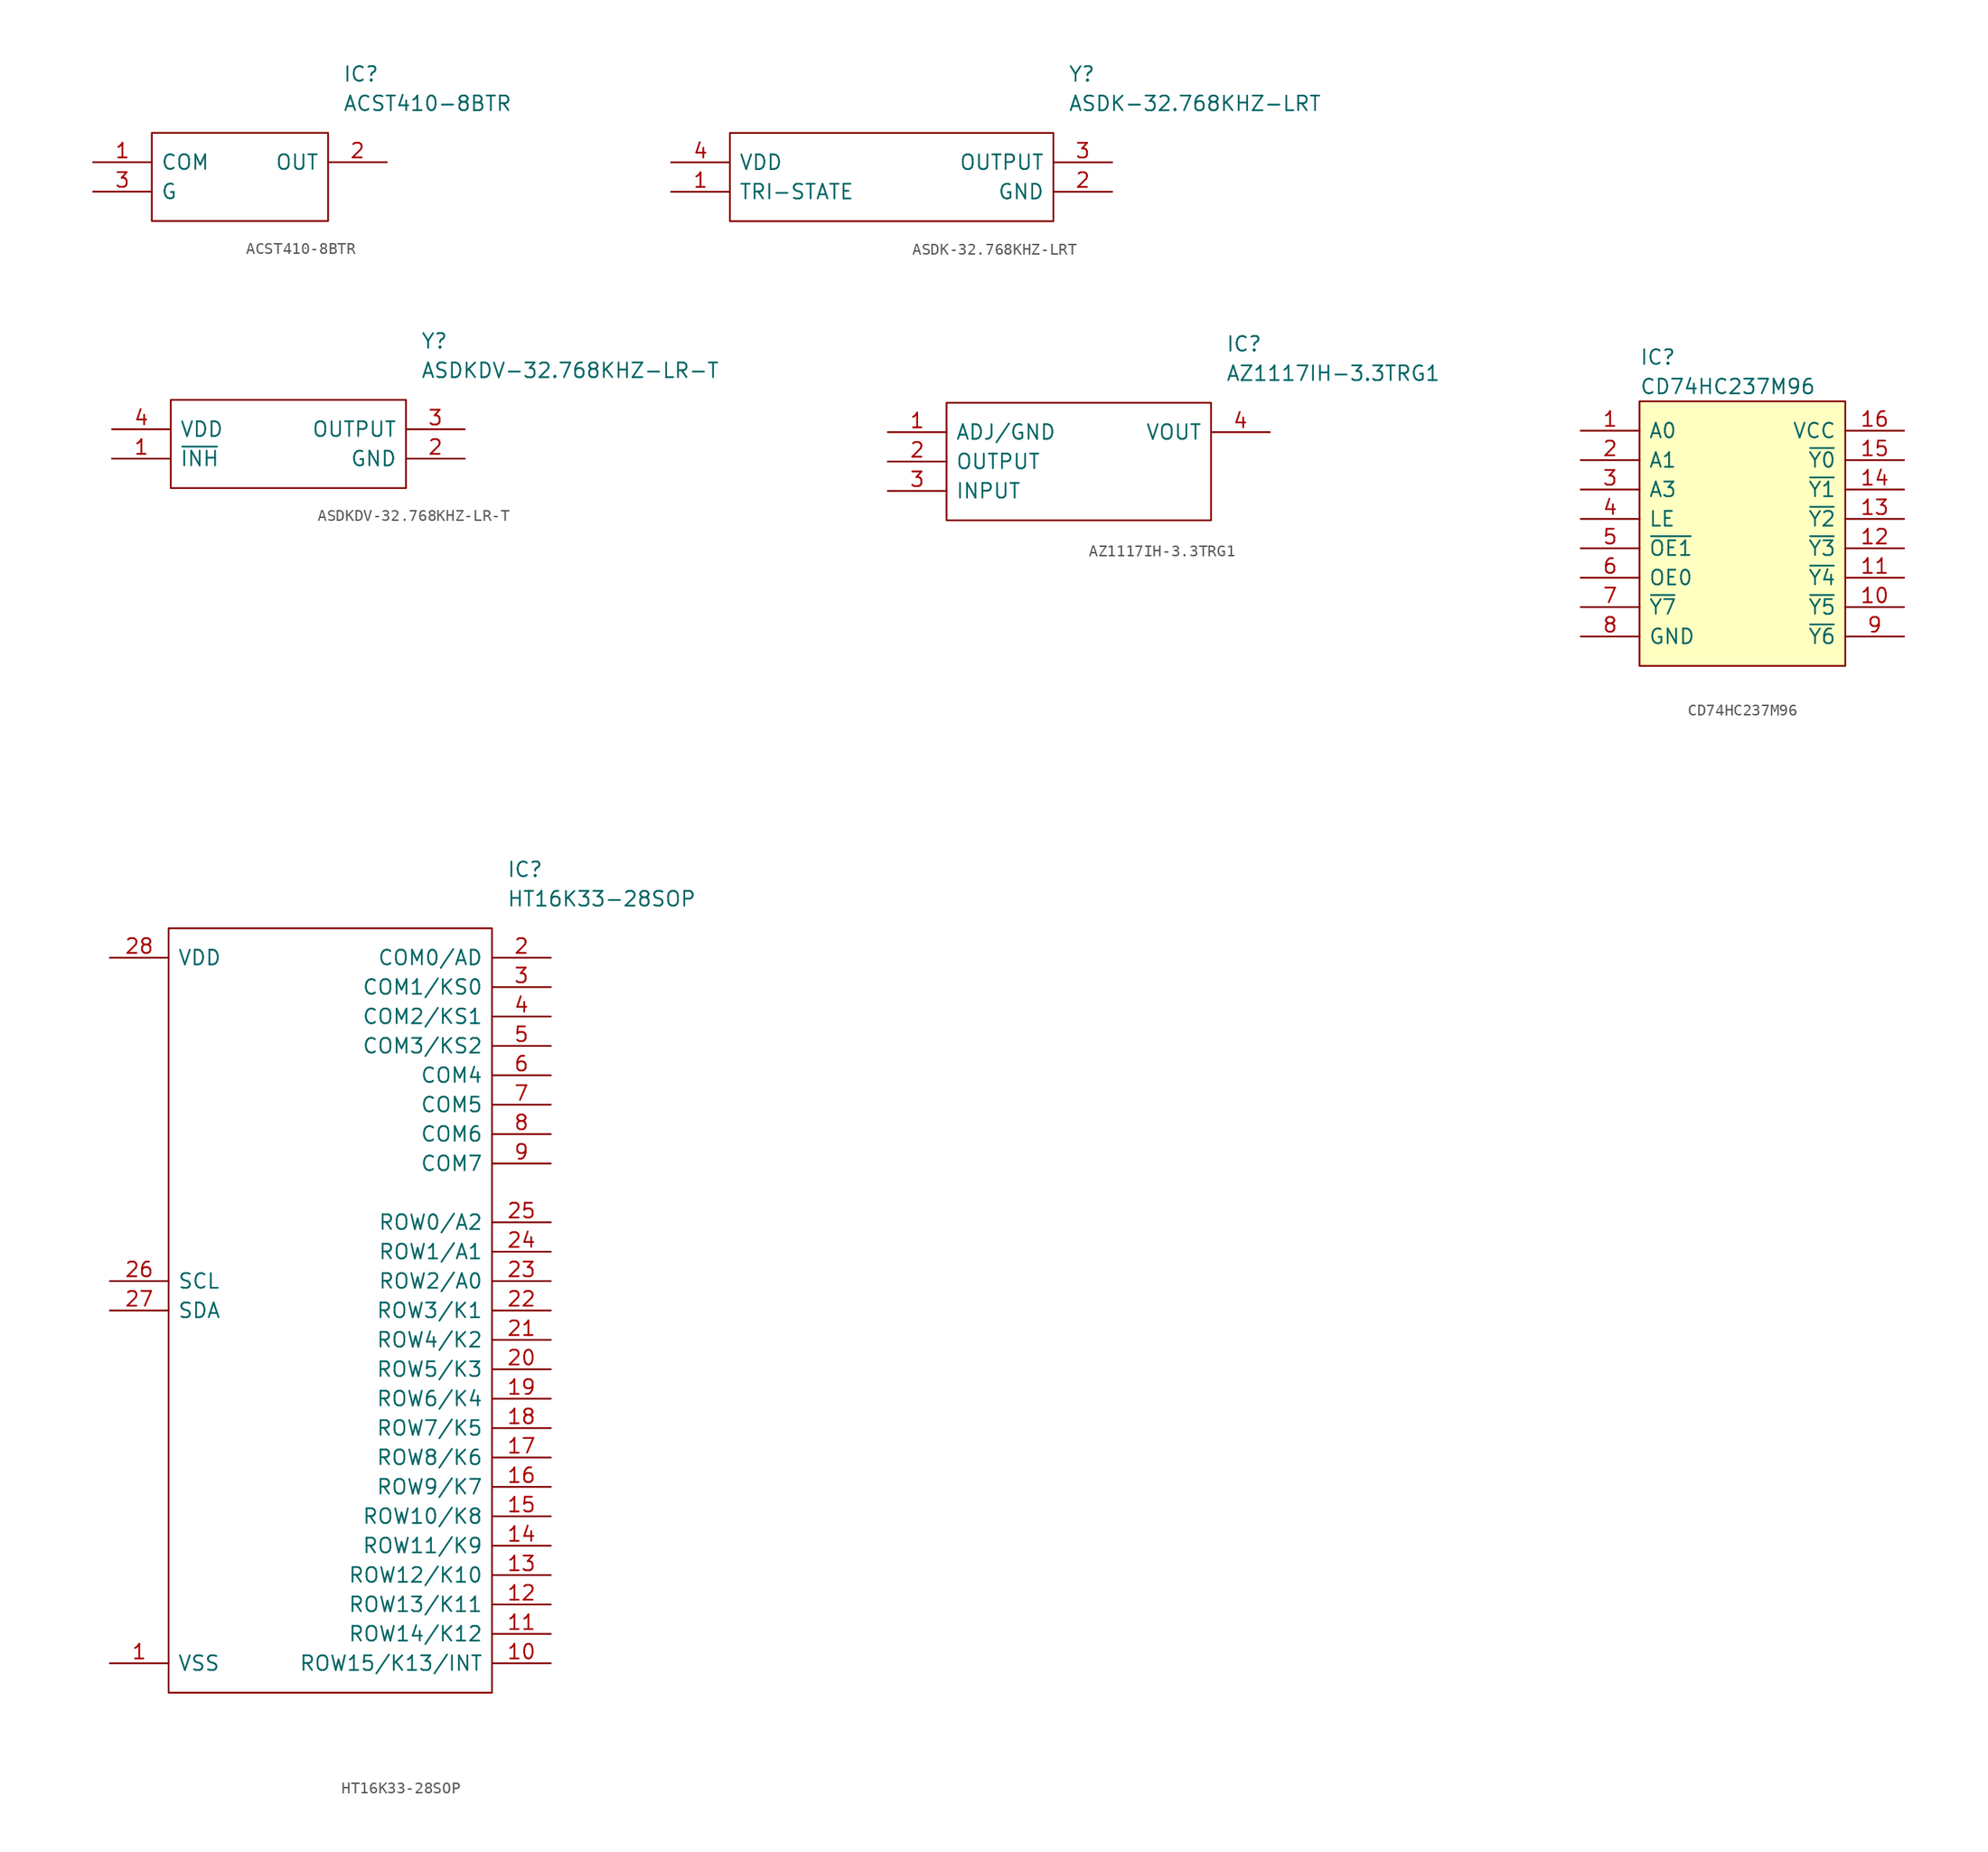
<source format=kicad_sym>
(kicad_symbol_lib
  (version 20211014)
  (generator kicad_symbol_editor)
  (symbol "SamacSys_Parts:ACST410-8BTR"
    (pin_names
      (offset 0.762))
    (property "Reference" "IC"
      (at 21.59 7.62 0)
      (effects (font (size 1.27 1.27)) (justify left)))
    (property "Value" "ACST410-8BTR"
      (at 21.59 5.08 0)
      (effects (font (size 1.27 1.27)) (justify left)))
    (symbol "ACST410-8BTR_0_0"
      (pin passive line (at 0 0 0) (length 5.08) (name "COM" (effects (font (size 1.27 1.27)))) (number "1" (effects (font (size 1.27 1.27)))))
      (pin passive line (at 25.4 0 180) (length 5.08) (name "OUT" (effects (font (size 1.27 1.27)))) (number "2" (effects (font (size 1.27 1.27)))))
      (pin passive line (at 0 -2.54 0) (length 5.08) (name "G" (effects (font (size 1.27 1.27)))) (number "3" (effects (font (size 1.27 1.27))))))
    (symbol "ACST410-8BTR_0_1"
      (polyline (pts (xy 5.08 2.54) (xy 20.32 2.54) (xy 20.32 -5.08) (xy 5.08 -5.08) (xy 5.08 2.54)) (stroke (width 0.152) (type default) (color 0 0 0 0)) (fill (type none)))))
  (symbol "SamacSys_Parts:ASDK-32.768KHZ-LRT"
    (pin_names
      (offset 0.762))
    (property "Reference" "Y"
      (at 34.29 7.62 0)
      (effects (font (size 1.27 1.27)) (justify left)))
    (property "Value" "ASDK-32.768KHZ-LRT"
      (at 34.29 5.08 0)
      (effects (font (size 1.27 1.27)) (justify left)))
    (symbol "ASDK-32.768KHZ-LRT_0_0"
      (pin passive line (at 0 -2.54 0) (length 5.08) (name "TRI-STATE" (effects (font (size 1.27 1.27)))) (number "1" (effects (font (size 1.27 1.27)))))
      (pin passive line (at 38.1 -2.54 180) (length 5.08) (name "GND" (effects (font (size 1.27 1.27)))) (number "2" (effects (font (size 1.27 1.27)))))
      (pin passive line (at 38.1 0 180) (length 5.08) (name "OUTPUT" (effects (font (size 1.27 1.27)))) (number "3" (effects (font (size 1.27 1.27)))))
      (pin passive line (at 0 0 0) (length 5.08) (name "VDD" (effects (font (size 1.27 1.27)))) (number "4" (effects (font (size 1.27 1.27))))))
    (symbol "ASDK-32.768KHZ-LRT_0_1"
      (polyline (pts (xy 5.08 2.54) (xy 33.02 2.54) (xy 33.02 -5.08) (xy 5.08 -5.08) (xy 5.08 2.54)) (stroke (width 0.152) (type default) (color 0 0 0 0)) (fill (type none)))))
  (symbol "SamacSys_Parts:ASDKDV-32.768KHZ-LR-T"
    (pin_names
      (offset 0.762))
    (property "Reference" "Y"
      (at 26.67 7.62 0)
      (effects (font (size 1.27 1.27)) (justify left)))
    (property "Value" "ASDKDV-32.768KHZ-LR-T"
      (at 26.67 5.08 0)
      (effects (font (size 1.27 1.27)) (justify left)))
    (symbol "ASDKDV-32.768KHZ-LR-T_0_0"
      (pin passive line (at 0 -2.54 0) (length 5.08) (name "~{INH}" (effects (font (size 1.27 1.27)))) (number "1" (effects (font (size 1.27 1.27)))))
      (pin passive line (at 30.48 -2.54 180) (length 5.08) (name "GND" (effects (font (size 1.27 1.27)))) (number "2" (effects (font (size 1.27 1.27)))))
      (pin passive line (at 30.48 0 180) (length 5.08) (name "OUTPUT" (effects (font (size 1.27 1.27)))) (number "3" (effects (font (size 1.27 1.27)))))
      (pin passive line (at 0 0 0) (length 5.08) (name "VDD" (effects (font (size 1.27 1.27)))) (number "4" (effects (font (size 1.27 1.27))))))
    (symbol "ASDKDV-32.768KHZ-LR-T_0_1"
      (polyline (pts (xy 5.08 2.54) (xy 25.4 2.54) (xy 25.4 -5.08) (xy 5.08 -5.08) (xy 5.08 2.54)) (stroke (width 0.152) (type default) (color 0 0 0 0)) (fill (type none)))))
  (symbol "SamacSys_Parts:AZ1117IH-3.3TRG1"
    (pin_names
      (offset 0.762))
    (property "Reference" "IC"
      (at 29.21 7.62 0)
      (effects (font (size 1.27 1.27)) (justify left)))
    (property "Value" "AZ1117IH-3.3TRG1"
      (at 29.21 5.08 0)
      (effects (font (size 1.27 1.27)) (justify left)))
    (symbol "AZ1117IH-3.3TRG1_0_0"
      (pin passive line (at 0 0 0) (length 5.08) (name "ADJ/GND" (effects (font (size 1.27 1.27)))) (number "1" (effects (font (size 1.27 1.27)))))
      (pin passive line (at 0 -2.54 0) (length 5.08) (name "OUTPUT" (effects (font (size 1.27 1.27)))) (number "2" (effects (font (size 1.27 1.27)))))
      (pin passive line (at 0 -5.08 0) (length 5.08) (name "INPUT" (effects (font (size 1.27 1.27)))) (number "3" (effects (font (size 1.27 1.27)))))
      (pin passive line (at 33.02 0 180) (length 5.08) (name "VOUT" (effects (font (size 1.27 1.27)))) (number "4" (effects (font (size 1.27 1.27))))))
    (symbol "AZ1117IH-3.3TRG1_0_1"
      (polyline (pts (xy 5.08 2.54) (xy 27.94 2.54) (xy 27.94 -7.62) (xy 5.08 -7.62) (xy 5.08 2.54)) (stroke (width 0.152) (type default) (color 0 0 0 0)) (fill (type none)))))
  (symbol "SamacSys_Parts:CD74HC237M96"
    (pin_names
      (offset 0.762))
    (property "Reference" "IC"
      (at 5.08 6.35 0)
      (effects (font (size 1.27 1.27)) (justify left)))
    (property "Value" "CD74HC237M96"
      (at 5.08 3.81 0)
      (effects (font (size 1.27 1.27)) (justify left)))
    (symbol "CD74HC237M96_0_0"
      (pin passive line (at 0 0 0) (length 5.08) (name "A0" (effects (font (size 1.27 1.27)))) (number "1" (effects (font (size 1.27 1.27)))))
      (pin passive line (at 27.94 -15.24 180) (length 5.08) (name "~{Y5}" (effects (font (size 1.27 1.27)))) (number "10" (effects (font (size 1.27 1.27)))))
      (pin passive line (at 27.94 -12.7 180) (length 5.08) (name "~{Y4}" (effects (font (size 1.27 1.27)))) (number "11" (effects (font (size 1.27 1.27)))))
      (pin passive line (at 27.94 -10.16 180) (length 5.08) (name "~{Y3}" (effects (font (size 1.27 1.27)))) (number "12" (effects (font (size 1.27 1.27)))))
      (pin passive line (at 27.94 -7.62 180) (length 5.08) (name "~{Y2}" (effects (font (size 1.27 1.27)))) (number "13" (effects (font (size 1.27 1.27)))))
      (pin passive line (at 27.94 -5.08 180) (length 5.08) (name "~{Y1}" (effects (font (size 1.27 1.27)))) (number "14" (effects (font (size 1.27 1.27)))))
      (pin passive line (at 27.94 -2.54 180) (length 5.08) (name "~{Y0}" (effects (font (size 1.27 1.27)))) (number "15" (effects (font (size 1.27 1.27)))))
      (pin passive line (at 27.94 0 180) (length 5.08) (name "VCC" (effects (font (size 1.27 1.27)))) (number "16" (effects (font (size 1.27 1.27)))))
      (pin passive line (at 0 -2.54 0) (length 5.08) (name "A1" (effects (font (size 1.27 1.27)))) (number "2" (effects (font (size 1.27 1.27)))))
      (pin passive line (at 0 -5.08 0) (length 5.08) (name "A3" (effects (font (size 1.27 1.27)))) (number "3" (effects (font (size 1.27 1.27)))))
      (pin passive line (at 0 -7.62 0) (length 5.08) (name "LE" (effects (font (size 1.27 1.27)))) (number "4" (effects (font (size 1.27 1.27)))))
      (pin passive line (at 0 -10.16 0) (length 5.08) (name "~{OE1}" (effects (font (size 1.27 1.27)))) (number "5" (effects (font (size 1.27 1.27)))))
      (pin passive line (at 0 -12.7 0) (length 5.08) (name "OE0" (effects (font (size 1.27 1.27)))) (number "6" (effects (font (size 1.27 1.27)))))
      (pin passive line (at 0 -15.24 0) (length 5.08) (name "~{Y7}" (effects (font (size 1.27 1.27)))) (number "7" (effects (font (size 1.27 1.27)))))
      (pin passive line (at 0 -17.78 0) (length 5.08) (name "GND" (effects (font (size 1.27 1.27)))) (number "8" (effects (font (size 1.27 1.27)))))
      (pin passive line (at 27.94 -17.78 180) (length 5.08) (name "~{Y6}" (effects (font (size 1.27 1.27)))) (number "9" (effects (font (size 1.27 1.27))))))
    (symbol "CD74HC237M96_0_1"
      (rectangle (start 5.08 2.54) (end 22.86 -20.32) (stroke (width 0.152) (type default) (color 0 0 0 0)) (fill (type background)))))
  (symbol "SamacSys_Parts:HT16K33-28SOP"
    (pin_names
      (offset 0.762))
    (property "Reference" "IC"
      (at 34.29 7.62 0)
      (effects (font (size 1.27 1.27)) (justify left)))
    (property "Value" "HT16K33-28SOP"
      (at 34.29 5.08 0)
      (effects (font (size 1.27 1.27)) (justify left)))
    (symbol "HT16K33-28SOP_0_0"
      (pin passive line (at 0 -60.96 0) (length 5.08) (name "VSS" (effects (font (size 1.27 1.27)))) (number "1" (effects (font (size 1.27 1.27)))))
      (pin passive line (at 38.1 -60.96 180) (length 5.08) (name "ROW15/K13/INT" (effects (font (size 1.27 1.27)))) (number "10" (effects (font (size 1.27 1.27)))))
      (pin passive line (at 38.1 -58.42 180) (length 5.08) (name "ROW14/K12" (effects (font (size 1.27 1.27)))) (number "11" (effects (font (size 1.27 1.27)))))
      (pin passive line (at 38.1 -55.88 180) (length 5.08) (name "ROW13/K11" (effects (font (size 1.27 1.27)))) (number "12" (effects (font (size 1.27 1.27)))))
      (pin passive line (at 38.1 -53.34 180) (length 5.08) (name "ROW12/K10" (effects (font (size 1.27 1.27)))) (number "13" (effects (font (size 1.27 1.27)))))
      (pin passive line (at 38.1 -50.8 180) (length 5.08) (name "ROW11/K9" (effects (font (size 1.27 1.27)))) (number "14" (effects (font (size 1.27 1.27)))))
      (pin passive line (at 38.1 -48.26 180) (length 5.08) (name "ROW10/K8" (effects (font (size 1.27 1.27)))) (number "15" (effects (font (size 1.27 1.27)))))
      (pin passive line (at 38.1 -45.72 180) (length 5.08) (name "ROW9/K7" (effects (font (size 1.27 1.27)))) (number "16" (effects (font (size 1.27 1.27)))))
      (pin passive line (at 38.1 -43.18 180) (length 5.08) (name "ROW8/K6" (effects (font (size 1.27 1.27)))) (number "17" (effects (font (size 1.27 1.27)))))
      (pin passive line (at 38.1 -40.64 180) (length 5.08) (name "ROW7/K5" (effects (font (size 1.27 1.27)))) (number "18" (effects (font (size 1.27 1.27)))))
      (pin passive line (at 38.1 -38.1 180) (length 5.08) (name "ROW6/K4" (effects (font (size 1.27 1.27)))) (number "19" (effects (font (size 1.27 1.27)))))
      (pin passive line (at 38.1 0 180) (length 5.08) (name "COM0/AD" (effects (font (size 1.27 1.27)))) (number "2" (effects (font (size 1.27 1.27)))))
      (pin passive line (at 38.1 -35.56 180) (length 5.08) (name "ROW5/K3" (effects (font (size 1.27 1.27)))) (number "20" (effects (font (size 1.27 1.27)))))
      (pin passive line (at 38.1 -33.02 180) (length 5.08) (name "ROW4/K2" (effects (font (size 1.27 1.27)))) (number "21" (effects (font (size 1.27 1.27)))))
      (pin passive line (at 38.1 -30.48 180) (length 5.08) (name "ROW3/K1" (effects (font (size 1.27 1.27)))) (number "22" (effects (font (size 1.27 1.27)))))
      (pin passive line (at 38.1 -27.94 180) (length 5.08) (name "ROW2/A0" (effects (font (size 1.27 1.27)))) (number "23" (effects (font (size 1.27 1.27)))))
      (pin passive line (at 38.1 -25.4 180) (length 5.08) (name "ROW1/A1" (effects (font (size 1.27 1.27)))) (number "24" (effects (font (size 1.27 1.27)))))
      (pin passive line (at 38.1 -22.86 180) (length 5.08) (name "ROW0/A2" (effects (font (size 1.27 1.27)))) (number "25" (effects (font (size 1.27 1.27)))))
      (pin passive line (at 0 -27.94 0) (length 5.08) (name "SCL" (effects (font (size 1.27 1.27)))) (number "26" (effects (font (size 1.27 1.27)))))
      (pin passive line (at 0 -30.48 0) (length 5.08) (name "SDA" (effects (font (size 1.27 1.27)))) (number "27" (effects (font (size 1.27 1.27)))))
      (pin passive line (at 0 0 0) (length 5.08) (name "VDD" (effects (font (size 1.27 1.27)))) (number "28" (effects (font (size 1.27 1.27)))))
      (pin passive line (at 38.1 -2.54 180) (length 5.08) (name "COM1/KS0" (effects (font (size 1.27 1.27)))) (number "3" (effects (font (size 1.27 1.27)))))
      (pin passive line (at 38.1 -5.08 180) (length 5.08) (name "COM2/KS1" (effects (font (size 1.27 1.27)))) (number "4" (effects (font (size 1.27 1.27)))))
      (pin passive line (at 38.1 -7.62 180) (length 5.08) (name "COM3/KS2" (effects (font (size 1.27 1.27)))) (number "5" (effects (font (size 1.27 1.27)))))
      (pin passive line (at 38.1 -10.16 180) (length 5.08) (name "COM4" (effects (font (size 1.27 1.27)))) (number "6" (effects (font (size 1.27 1.27)))))
      (pin passive line (at 38.1 -12.7 180) (length 5.08) (name "COM5" (effects (font (size 1.27 1.27)))) (number "7" (effects (font (size 1.27 1.27)))))
      (pin passive line (at 38.1 -15.24 180) (length 5.08) (name "COM6" (effects (font (size 1.27 1.27)))) (number "8" (effects (font (size 1.27 1.27)))))
      (pin passive line (at 38.1 -17.78 180) (length 5.08) (name "COM7" (effects (font (size 1.27 1.27)))) (number "9" (effects (font (size 1.27 1.27))))))
    (symbol "HT16K33-28SOP_0_1"
      (polyline (pts (xy 5.08 2.54) (xy 33.02 2.54) (xy 33.02 -63.5) (xy 5.08 -63.5) (xy 5.08 2.54)) (stroke (width 0.152) (type default) (color 0 0 0 0)) (fill (type none))))))
</source>
